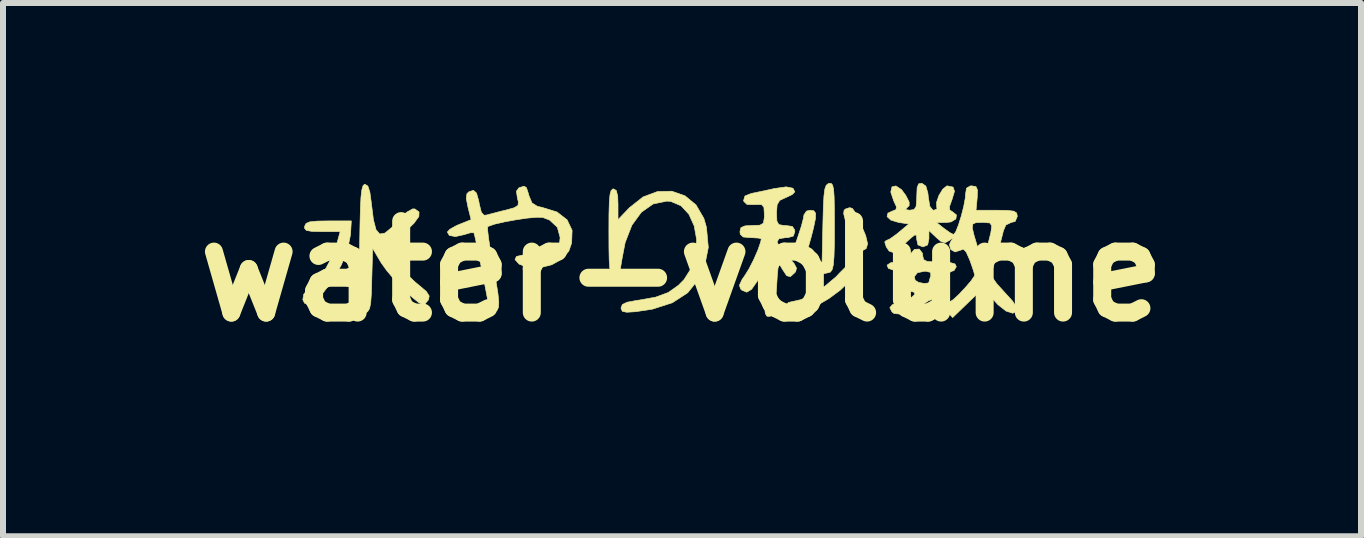
<source format=kicad_pcb>
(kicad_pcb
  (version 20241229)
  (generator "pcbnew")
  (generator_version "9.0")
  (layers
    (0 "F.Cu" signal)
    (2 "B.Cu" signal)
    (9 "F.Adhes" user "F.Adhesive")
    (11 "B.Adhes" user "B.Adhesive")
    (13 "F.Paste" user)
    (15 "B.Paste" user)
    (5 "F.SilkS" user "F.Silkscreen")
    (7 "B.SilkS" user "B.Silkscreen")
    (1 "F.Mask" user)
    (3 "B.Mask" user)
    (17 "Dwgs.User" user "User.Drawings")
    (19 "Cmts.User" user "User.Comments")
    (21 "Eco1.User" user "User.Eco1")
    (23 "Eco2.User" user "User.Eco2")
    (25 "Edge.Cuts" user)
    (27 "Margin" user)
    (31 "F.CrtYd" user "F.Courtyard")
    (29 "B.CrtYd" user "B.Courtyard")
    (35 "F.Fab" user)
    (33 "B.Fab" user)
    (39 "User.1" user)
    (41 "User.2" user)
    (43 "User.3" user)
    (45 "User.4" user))
  (footprint "water-volume"
    (layer "F.Cu")
    (at 8.317 1.47)
    (property "Reference" "water-volume" (at 0 0 0) (layer "F.SilkS") (effects (font (size 1.524 1.524) (thickness 0.3))))
    (attr through_hole)
    (fp_poly (pts (xy 2.838 -1.047) (xy 2.884 -0.985) (xy 2.948 -0.854) (xy 2.974 -0.8) (xy 3.061 -0.593) (xy 3.093 -0.457) (xy 3.07 -0.378) (xy 3.009 -0.344) (xy 2.953 -0.351) (xy 2.898 -0.415) (xy 2.833 -0.55) (xy 2.788 -0.666) (xy 2.721 -0.849) (xy 2.694 -0.96) (xy 2.701 -1.017) (xy 2.729 -1.039) (xy 2.793 -1.059) (xy 2.838 -1.047)) (stroke (width 0.01) (type solid)) (fill yes) (layer "F.SilkS"))
    (fp_poly (pts (xy 2.196 -1.007) (xy 2.226 -0.967) (xy 2.224 -0.879) (xy 2.192 -0.723) (xy 2.156 -0.582) (xy 2.101 -0.387) (xy 2.056 -0.275) (xy 2.008 -0.233) (xy 1.947 -0.244) (xy 1.922 -0.257) (xy 1.877 -0.292) (xy 1.865 -0.346) (xy 1.887 -0.444) (xy 1.934 -0.583) (xy 1.988 -0.748) (xy 2.023 -0.882) (xy 2.032 -0.939) (xy 2.074 -1.002) (xy 2.134 -1.016) (xy 2.196 -1.007)) (stroke (width 0.01) (type solid)) (fill yes) (layer "F.SilkS"))
    (fp_poly (pts (xy 2.915 -0.173) (xy 2.976 -0.14) (xy 2.986 -0.092) (xy 2.941 -0.011) (xy 2.834 0.12) (xy 2.793 0.167) (xy 2.634 0.318) (xy 2.444 0.458) (xy 2.243 0.575) (xy 2.051 0.659) (xy 1.89 0.701) (xy 1.779 0.691) (xy 1.761 0.677) (xy 1.726 0.591) (xy 1.771 0.522) (xy 1.83 0.508) (xy 1.986 0.473) (xy 2.18 0.381) (xy 2.383 0.248) (xy 2.567 0.093) (xy 2.629 0.027) (xy 2.773 -0.117) (xy 2.876 -0.175) (xy 2.915 -0.173)) (stroke (width 0.01) (type solid)) (fill yes) (layer "F.SilkS"))
    (fp_poly (pts (xy -5.525 -0.61) (xy -5.572 -0.374) (xy -5.675 -0.111) (xy -5.814 0.142) (xy -5.971 0.345) (xy -6.034 0.405) (xy -6.167 0.509) (xy -6.245 0.55) (xy -6.291 0.533) (xy -6.32 0.476) (xy -6.305 0.384) (xy -6.2 0.253) (xy -6.155 0.209) (xy -5.952 -0.019) (xy -5.814 -0.275) (xy -5.75 -0.47) (xy -5.698 -0.66) (xy -6.002 -0.66) (xy -6.172 -0.664) (xy -6.261 -0.68) (xy -6.291 -0.715) (xy -6.29 -0.749) (xy -6.266 -0.796) (xy -6.203 -0.823) (xy -6.079 -0.835) (xy -5.892 -0.838) (xy -5.512 -0.838) (xy -5.525 -0.61)) (stroke (width 0.01) (type solid)) (fill yes) (layer "F.SilkS"))
    (fp_poly (pts (xy 2.486 -1.463) (xy 2.51 -1.434) (xy 2.526 -1.363) (xy 2.535 -1.235) (xy 2.539 -1.036) (xy 2.54 -0.749) (xy 2.54 -0.746) (xy 2.539 -0.452) (xy 2.533 -0.245) (xy 2.522 -0.109) (xy 2.503 -0.029) (xy 2.476 0.011) (xy 2.46 0.02) (xy 2.335 0.047) (xy 2.204 0.046) (xy 2.119 0.019) (xy 2.117 0.017) (xy 2.081 -0.068) (xy 2.128 -0.134) (xy 2.208 -0.152) (xy 2.334 -0.152) (xy 2.348 -0.799) (xy 2.355 -1.069) (xy 2.365 -1.253) (xy 2.38 -1.369) (xy 2.403 -1.432) (xy 2.436 -1.459) (xy 2.451 -1.464) (xy 2.486 -1.463)) (stroke (width 0.01) (type solid)) (fill yes) (layer "F.SilkS"))
    (fp_poly (pts (xy -5.236 -1.419) (xy -5.203 -1.32) (xy -5.178 -1.138) (xy -5.176 -1.118) (xy -5.143 -0.856) (xy -5.1 -0.692) (xy -5.038 -0.62) (xy -4.952 -0.635) (xy -4.832 -0.734) (xy -4.734 -0.839) (xy -4.591 -0.982) (xy -4.489 -1.039) (xy -4.451 -1.037) (xy -4.383 -0.987) (xy -4.386 -0.912) (xy -4.466 -0.801) (xy -4.626 -0.646) (xy -4.652 -0.623) (xy -4.936 -0.374) (xy -4.765 -0.151) (xy -4.621 0.016) (xy -4.454 0.176) (xy -4.386 0.232) (xy -4.262 0.337) (xy -4.214 0.412) (xy -4.225 0.475) (xy -4.284 0.545) (xy -4.315 0.559) (xy -4.389 0.523) (xy -4.507 0.427) (xy -4.648 0.293) (xy -4.794 0.141) (xy -4.922 -0.011) (xy -5.015 -0.141) (xy -5.018 -0.146) (xy -5.156 -0.381) (xy -5.171 0.142) (xy -5.178 0.377) (xy -5.189 0.531) (xy -5.208 0.623) (xy -5.24 0.674) (xy -5.289 0.704) (xy -5.314 0.713) (xy -5.472 0.757) (xy -5.567 0.74) (xy -5.608 0.682) (xy -5.634 0.594) (xy -5.6 0.563) (xy -5.513 0.559) (xy -5.387 0.559) (xy -5.373 -0.445) (xy -5.367 -0.793) (xy -5.36 -1.053) (xy -5.351 -1.235) (xy -5.337 -1.353) (xy -5.319 -1.419) (xy -5.296 -1.446) (xy -5.283 -1.448) (xy -5.236 -1.419)) (stroke (width 0.01) (type solid)) (fill yes) (layer "F.SilkS"))
    (fp_poly (pts (xy -1.095 -1.345) (xy -1.072 -1.251) (xy -1.067 -1.115) (xy -1.067 -0.859) (xy -0.876 -1.059) (xy -0.649 -1.238) (xy -0.408 -1.328) (xy -0.17 -1.333) (xy 0.049 -1.257) (xy 0.233 -1.105) (xy 0.364 -0.88) (xy 0.407 -0.732) (xy 0.438 -0.396) (xy 0.377 -0.086) (xy 0.274 0.135) (xy 0.094 0.36) (xy -0.16 0.525) (xy -0.491 0.632) (xy -0.775 0.675) (xy -0.922 0.684) (xy -0.994 0.669) (xy -1.016 0.622) (xy -1.016 0.609) (xy -0.994 0.554) (xy -0.916 0.517) (xy -0.761 0.488) (xy -0.724 0.483) (xy -0.442 0.433) (xy -0.23 0.355) (xy -0.06 0.235) (xy 0.034 0.139) (xy 0.163 -0.064) (xy 0.231 -0.293) (xy 0.243 -0.53) (xy 0.203 -0.754) (xy 0.115 -0.948) (xy -0.016 -1.09) (xy -0.187 -1.163) (xy -0.253 -1.168) (xy -0.481 -1.121) (xy -0.678 -0.983) (xy -0.836 -0.766) (xy -0.948 -0.477) (xy -1 -0.207) (xy -1.026 -0.05) (xy -1.063 0.029) (xy -1.122 0.051) (xy -1.125 0.051) (xy -1.162 0.044) (xy -1.188 0.013) (xy -1.205 -0.058) (xy -1.214 -0.184) (xy -1.218 -0.38) (xy -1.219 -0.66) (xy -1.218 -0.947) (xy -1.212 -1.147) (xy -1.201 -1.274) (xy -1.182 -1.344) (xy -1.155 -1.37) (xy -1.143 -1.372) (xy -1.095 -1.345)) (stroke (width 0.01) (type solid)) (fill yes) (layer "F.SilkS"))
    (fp_poly (pts (xy 1.849 -1.383) (xy 1.88 -1.323) (xy 1.837 -1.278) (xy 1.734 -1.229) (xy 1.727 -1.227) (xy 1.628 -1.18) (xy 1.585 -1.108) (xy 1.575 -0.973) (xy 1.575 -0.968) (xy 1.581 -0.836) (xy 1.612 -0.778) (xy 1.691 -0.762) (xy 1.727 -0.762) (xy 1.839 -0.746) (xy 1.878 -0.687) (xy 1.88 -0.66) (xy 1.856 -0.586) (xy 1.767 -0.56) (xy 1.727 -0.559) (xy 1.615 -0.542) (xy 1.584 -0.487) (xy 1.635 -0.388) (xy 1.761 -0.246) (xy 1.868 -0.128) (xy 1.908 -0.052) (xy 1.894 0.007) (xy 1.881 0.023) (xy 1.806 0.091) (xy 1.744 0.075) (xy 1.673 -0.032) (xy 1.672 -0.034) (xy 1.638 -0.092) (xy 1.615 -0.1) (xy 1.599 -0.046) (xy 1.587 0.085) (xy 1.575 0.283) (xy 1.559 0.504) (xy 1.54 0.643) (xy 1.512 0.719) (xy 1.472 0.75) (xy 1.46 0.753) (xy 1.416 0.75) (xy 1.389 0.708) (xy 1.375 0.608) (xy 1.37 0.43) (xy 1.369 0.372) (xy 1.367 -0.025) (xy 1.255 0.165) (xy 1.159 0.302) (xy 1.079 0.35) (xy 0.999 0.317) (xy 0.978 0.298) (xy 0.956 0.235) (xy 1.001 0.137) (xy 1.043 0.078) (xy 1.116 -0.039) (xy 1.196 -0.196) (xy 1.267 -0.359) (xy 1.312 -0.491) (xy 1.321 -0.54) (xy 1.276 -0.552) (xy 1.166 -0.559) (xy 1.143 -0.559) (xy 1.02 -0.57) (xy 0.971 -0.615) (xy 0.965 -0.66) (xy 0.982 -0.727) (xy 1.051 -0.756) (xy 1.168 -0.762) (xy 1.298 -0.767) (xy 1.356 -0.801) (xy 1.371 -0.888) (xy 1.372 -0.944) (xy 1.365 -1.064) (xy 1.326 -1.11) (xy 1.228 -1.111) (xy 1.207 -1.109) (xy 1.084 -1.112) (xy 1.031 -1.161) (xy 1.026 -1.179) (xy 1.049 -1.254) (xy 1.152 -1.295) (xy 1.291 -1.324) (xy 1.469 -1.362) (xy 1.535 -1.377) (xy 1.735 -1.406) (xy 1.849 -1.383)) (stroke (width 0.01) (type solid)) (fill yes) (layer "F.SilkS"))
    (fp_poly (pts (xy -2.594 -1.394) (xy -2.563 -1.302) (xy -2.551 -1.258) (xy -2.501 -1.138) (xy -2.41 -1.081) (xy -2.334 -1.064) (xy -2.084 -0.987) (xy -1.915 -0.856) (xy -1.832 -0.681) (xy -1.84 -0.469) (xy -1.887 -0.335) (xy -1.997 -0.204) (xy -2.17 -0.108) (xy -2.372 -0.057) (xy -2.569 -0.06) (xy -2.716 -0.119) (xy -2.784 -0.195) (xy -2.759 -0.246) (xy -2.648 -0.271) (xy -2.489 -0.265) (xy -2.262 -0.273) (xy -2.112 -0.346) (xy -2.039 -0.484) (xy -2.032 -0.563) (xy -2.078 -0.732) (xy -2.207 -0.852) (xy -2.322 -0.896) (xy -2.419 -0.899) (xy -2.577 -0.885) (xy -2.768 -0.857) (xy -2.959 -0.822) (xy -3.121 -0.785) (xy -3.223 -0.75) (xy -3.24 -0.74) (xy -3.24 -0.683) (xy -3.224 -0.548) (xy -3.194 -0.354) (xy -3.156 -0.137) (xy -3.102 0.159) (xy -3.068 0.371) (xy -3.054 0.514) (xy -3.059 0.603) (xy -3.083 0.653) (xy -3.124 0.679) (xy -3.124 0.679) (xy -3.191 0.699) (xy -3.202 0.697) (xy -3.219 0.59) (xy -3.25 0.421) (xy -3.29 0.212) (xy -3.335 -0.014) (xy -3.379 -0.234) (xy -3.419 -0.427) (xy -3.45 -0.569) (xy -3.468 -0.638) (xy -3.469 -0.641) (xy -3.527 -0.641) (xy -3.634 -0.609) (xy -3.777 -0.577) (xy -3.878 -0.596) (xy -3.912 -0.653) (xy -3.869 -0.699) (xy -3.762 -0.759) (xy -3.713 -0.78) (xy -3.515 -0.859) (xy -3.568 -1.07) (xy -3.596 -1.213) (xy -3.585 -1.292) (xy -3.553 -1.323) (xy -3.477 -1.348) (xy -3.426 -1.303) (xy -3.389 -1.175) (xy -3.378 -1.115) (xy -3.345 -0.983) (xy -3.3 -0.933) (xy -3.259 -0.936) (xy -3.161 -0.962) (xy -3.01 -1.001) (xy -2.939 -1.018) (xy -2.798 -1.057) (xy -2.734 -1.096) (xy -2.728 -1.157) (xy -2.744 -1.22) (xy -2.76 -1.334) (xy -2.719 -1.389) (xy -2.709 -1.393) (xy -2.634 -1.417) (xy -2.594 -1.394)) (stroke (width 0.01) (type solid)) (fill yes) (layer "F.SilkS"))
    (fp_poly (pts (xy 4 -1.464) (xy 4.064 -1.418) (xy 4.098 -1.3) (xy 4.105 -1.231) (xy 4.13 -1.081) (xy 4.179 -1.019) (xy 4.197 -1.016) (xy 4.25 -1.038) (xy 4.246 -1.059) (xy 4.241 -1.145) (xy 4.281 -1.261) (xy 4.345 -1.367) (xy 4.413 -1.421) (xy 4.422 -1.422) (xy 4.517 -1.402) (xy 4.541 -1.332) (xy 4.5 -1.195) (xy 4.498 -1.191) (xy 4.457 -1.076) (xy 4.463 -1.019) (xy 4.5 -0.996) (xy 4.574 -0.938) (xy 4.564 -0.871) (xy 4.485 -0.822) (xy 4.407 -0.812) (xy 4.242 -0.811) (xy 4.369 -0.711) (xy 4.466 -0.642) (xy 4.525 -0.611) (xy 4.526 -0.611) (xy 4.561 -0.655) (xy 4.589 -0.724) (xy 4.837 -0.724) (xy 4.866 -0.601) (xy 4.91 -0.454) (xy 4.993 -0.178) (xy 5.055 -0.33) (xy 5.111 -0.498) (xy 5.148 -0.648) (xy 5.162 -0.758) (xy 5.13 -0.804) (xy 5.026 -0.813) (xy 5.003 -0.813) (xy 4.9 -0.81) (xy 4.847 -0.787) (xy 4.837 -0.724) (xy 4.589 -0.724) (xy 4.606 -0.768) (xy 4.654 -0.92) (xy 4.695 -1.081) (xy 4.721 -1.221) (xy 4.724 -1.276) (xy 4.741 -1.384) (xy 4.804 -1.421) (xy 4.831 -1.422) (xy 4.899 -1.41) (xy 4.924 -1.354) (xy 4.92 -1.227) (xy 4.919 -1.219) (xy 4.9 -1.016) (xy 5.244 -1.016) (xy 5.427 -1.013) (xy 5.531 -1) (xy 5.577 -0.97) (xy 5.588 -0.917) (xy 5.588 -0.914) (xy 5.552 -0.829) (xy 5.487 -0.813) (xy 5.397 -0.77) (xy 5.356 -0.673) (xy 5.322 -0.536) (xy 5.273 -0.358) (xy 5.219 -0.176) (xy 5.173 -0.029) (xy 5.149 0.037) (xy 5.17 0.101) (xy 5.248 0.211) (xy 5.368 0.343) (xy 5.374 0.35) (xy 5.509 0.498) (xy 5.581 0.609) (xy 5.587 0.661) (xy 5.513 0.701) (xy 5.4 0.664) (xy 5.265 0.558) (xy 5.181 0.464) (xy 5.028 0.274) (xy 4.769 0.523) (xy 4.51 0.773) (xy 4.366 0.615) (xy 4.262 0.507) (xy 4.19 0.467) (xy 4.114 0.489) (xy 4.021 0.551) (xy 3.825 0.664) (xy 3.656 0.717) (xy 3.533 0.705) (xy 3.499 0.678) (xy 3.463 0.607) (xy 3.508 0.556) (xy 3.618 0.513) (xy 3.658 0.507) (xy 3.757 0.476) (xy 3.828 0.433) (xy 3.883 0.383) (xy 3.866 0.351) (xy 3.763 0.318) (xy 3.752 0.315) (xy 3.634 0.273) (xy 3.598 0.216) (xy 3.626 0.109) (xy 3.632 0.093) (xy 3.632 0.09) (xy 3.871 0.09) (xy 3.886 0.152) (xy 3.944 0.187) (xy 4.033 0.204) (xy 4.103 0.197) (xy 4.115 0.182) (xy 4.131 0.122) (xy 4.146 0.08) (xy 4.144 0.02) (xy 4.061 0.000162) (xy 4.047 0) (xy 3.924 0.025) (xy 3.871 0.09) (xy 3.632 0.09) (xy 3.631 0.022) (xy 3.551 -0.009) (xy 3.439 -0.047) (xy 3.417 -0.101) (xy 3.482 -0.143) (xy 3.569 -0.152) (xy 3.704 -0.172) (xy 3.782 -0.243) (xy 3.8 -0.278) (xy 3.873 -0.364) (xy 3.953 -0.369) (xy 4.007 -0.3) (xy 4.013 -0.249) (xy 4.027 -0.193) (xy 4.084 -0.164) (xy 4.208 -0.153) (xy 4.293 -0.152) (xy 4.461 -0.146) (xy 4.548 -0.122) (xy 4.572 -0.076) (xy 4.532 -0.009) (xy 4.497 0) (xy 4.424 0.041) (xy 4.349 0.141) (xy 4.345 0.149) (xy 4.298 0.252) (xy 4.306 0.302) (xy 4.373 0.331) (xy 4.448 0.386) (xy 4.45 0.436) (xy 4.449 0.499) (xy 4.466 0.508) (xy 4.521 0.473) (xy 4.615 0.386) (xy 4.721 0.273) (xy 4.815 0.164) (xy 4.871 0.083) (xy 4.877 0.065) (xy 4.86 -0.001) (xy 4.818 -0.124) (xy 4.794 -0.189) (xy 4.736 -0.32) (xy 4.689 -0.368) (xy 4.641 -0.35) (xy 4.55 -0.321) (xy 4.478 -0.362) (xy 4.456 -0.443) (xy 4.482 -0.502) (xy 4.521 -0.556) (xy 4.493 -0.541) (xy 4.456 -0.513) (xy 4.384 -0.474) (xy 4.315 -0.496) (xy 4.24 -0.56) (xy 4.115 -0.678) (xy 4.115 -0.542) (xy 4.094 -0.438) (xy 4.021 -0.407) (xy 4.013 -0.406) (xy 3.932 -0.438) (xy 3.912 -0.527) (xy 3.907 -0.594) (xy 3.882 -0.606) (xy 3.817 -0.556) (xy 3.73 -0.476) (xy 3.597 -0.359) (xy 3.511 -0.314) (xy 3.451 -0.336) (xy 3.404 -0.406) (xy 3.378 -0.487) (xy 3.398 -0.508) (xy 3.464 -0.538) (xy 3.571 -0.614) (xy 3.613 -0.648) (xy 3.779 -0.787) (xy 3.608 -0.813) (xy 3.48 -0.852) (xy 3.417 -0.91) (xy 3.431 -0.968) (xy 3.498 -0.999) (xy 3.566 -1.026) (xy 3.573 -1.075) (xy 3.527 -1.175) (xy 3.479 -1.32) (xy 3.499 -1.405) (xy 3.565 -1.421) (xy 3.658 -1.36) (xy 3.729 -1.264) (xy 3.786 -1.152) (xy 3.785 -1.091) (xy 3.753 -1.062) (xy 3.723 -1.028) (xy 3.787 -1.017) (xy 3.797 -1.017) (xy 3.868 -1.028) (xy 3.901 -1.079) (xy 3.911 -1.198) (xy 3.912 -1.248) (xy 3.918 -1.391) (xy 3.943 -1.456) (xy 3.996 -1.465) (xy 4 -1.464)) (stroke (width 0.01) (type solid)) (fill yes) (layer "F.SilkS")))
  (gr_rect
    (start -3 -3)
    (end 19.633 5.888)
    (stroke (width 0.1) (type default))
    (fill no)
    (layer "Edge.Cuts")))
</source>
